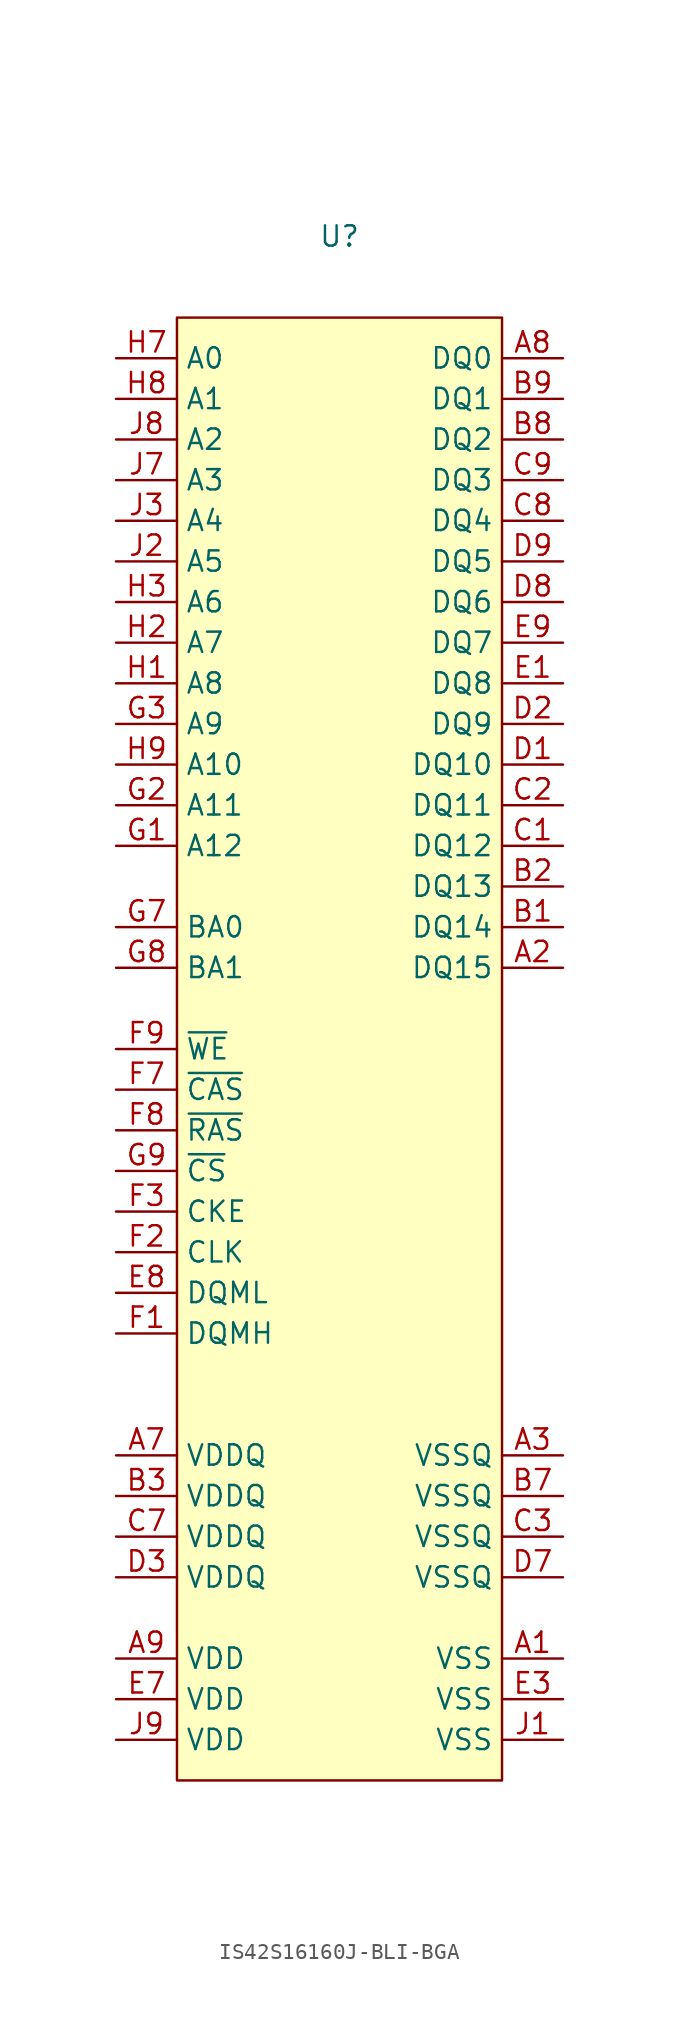
<source format=kicad_sym>
(kicad_symbol_lib
  (version 20231120)
  (generator "kicad_symbol_editor")
  (generator_version "8.0")
  (symbol "IS42S16160J-BLI-BGA"
    (property "Reference" "U"
      (at 0 50.8 0)
      (effects (font (size 1.27 1.27))))
    (property "Value" ""
      (at -10.16 45.72 0)
      (effects (font (size 1.27 1.27))))
    (symbol "IS42S16160J-BLI-BGA_1_1"
      (rectangle (start -10.16 45.72) (end 10.16 -45.72) (stroke (width 0) (type default)) (fill (type background)))
      (pin power_in line (at 13.97 -38.1 180) (length 3.81) (name "VSS" (effects (font (size 1.27 1.27)))) (number "A1" (effects (font (size 1.27 1.27)))))
      (pin bidirectional line (at 13.97 5.08 180) (length 3.81) (name "DQ15" (effects (font (size 1.27 1.27)))) (number "A2" (effects (font (size 1.27 1.27)))))
      (pin power_in line (at 13.97 -25.4 180) (length 3.81) (name "VSSQ" (effects (font (size 1.27 1.27)))) (number "A3" (effects (font (size 1.27 1.27)))))
      (pin power_in line (at -13.97 -25.4 0) (length 3.81) (name "VDDQ" (effects (font (size 1.27 1.27)))) (number "A7" (effects (font (size 1.27 1.27)))))
      (pin bidirectional line (at 13.97 43.18 180) (length 3.81) (name "DQ0" (effects (font (size 1.27 1.27)))) (number "A8" (effects (font (size 1.27 1.27)))))
      (pin power_in line (at -13.97 -38.1 0) (length 3.81) (name "VDD" (effects (font (size 1.27 1.27)))) (number "A9" (effects (font (size 1.27 1.27)))))
      (pin bidirectional line (at 13.97 7.62 180) (length 3.81) (name "DQ14" (effects (font (size 1.27 1.27)))) (number "B1" (effects (font (size 1.27 1.27)))))
      (pin bidirectional line (at 13.97 10.16 180) (length 3.81) (name "DQ13" (effects (font (size 1.27 1.27)))) (number "B2" (effects (font (size 1.27 1.27)))))
      (pin power_in line (at -13.97 -27.94 0) (length 3.81) (name "VDDQ" (effects (font (size 1.27 1.27)))) (number "B3" (effects (font (size 1.27 1.27)))))
      (pin power_in line (at 13.97 -27.94 180) (length 3.81) (name "VSSQ" (effects (font (size 1.27 1.27)))) (number "B7" (effects (font (size 1.27 1.27)))))
      (pin bidirectional line (at 13.97 38.1 180) (length 3.81) (name "DQ2" (effects (font (size 1.27 1.27)))) (number "B8" (effects (font (size 1.27 1.27)))))
      (pin bidirectional line (at 13.97 40.64 180) (length 3.81) (name "DQ1" (effects (font (size 1.27 1.27)))) (number "B9" (effects (font (size 1.27 1.27)))))
      (pin bidirectional line (at 13.97 12.7 180) (length 3.81) (name "DQ12" (effects (font (size 1.27 1.27)))) (number "C1" (effects (font (size 1.27 1.27)))))
      (pin bidirectional line (at 13.97 15.24 180) (length 3.81) (name "DQ11" (effects (font (size 1.27 1.27)))) (number "C2" (effects (font (size 1.27 1.27)))))
      (pin power_in line (at 13.97 -30.48 180) (length 3.81) (name "VSSQ" (effects (font (size 1.27 1.27)))) (number "C3" (effects (font (size 1.27 1.27)))))
      (pin power_in line (at -13.97 -30.48 0) (length 3.81) (name "VDDQ" (effects (font (size 1.27 1.27)))) (number "C7" (effects (font (size 1.27 1.27)))))
      (pin bidirectional line (at 13.97 33.02 180) (length 3.81) (name "DQ4" (effects (font (size 1.27 1.27)))) (number "C8" (effects (font (size 1.27 1.27)))))
      (pin bidirectional line (at 13.97 35.56 180) (length 3.81) (name "DQ3" (effects (font (size 1.27 1.27)))) (number "C9" (effects (font (size 1.27 1.27)))))
      (pin bidirectional line (at 13.97 17.78 180) (length 3.81) (name "DQ10" (effects (font (size 1.27 1.27)))) (number "D1" (effects (font (size 1.27 1.27)))))
      (pin bidirectional line (at 13.97 20.32 180) (length 3.81) (name "DQ9" (effects (font (size 1.27 1.27)))) (number "D2" (effects (font (size 1.27 1.27)))))
      (pin power_in line (at -13.97 -33.02 0) (length 3.81) (name "VDDQ" (effects (font (size 1.27 1.27)))) (number "D3" (effects (font (size 1.27 1.27)))))
      (pin power_in line (at 13.97 -33.02 180) (length 3.81) (name "VSSQ" (effects (font (size 1.27 1.27)))) (number "D7" (effects (font (size 1.27 1.27)))))
      (pin bidirectional line (at 13.97 27.94 180) (length 3.81) (name "DQ6" (effects (font (size 1.27 1.27)))) (number "D8" (effects (font (size 1.27 1.27)))))
      (pin bidirectional line (at 13.97 30.48 180) (length 3.81) (name "DQ5" (effects (font (size 1.27 1.27)))) (number "D9" (effects (font (size 1.27 1.27)))))
      (pin bidirectional line (at 13.97 22.86 180) (length 3.81) (name "DQ8" (effects (font (size 1.27 1.27)))) (number "E1" (effects (font (size 1.27 1.27)))))
      (pin no_connect line (at 13.97 0 180) (length 3.81) hide (name "NC" (effects (font (size 1.27 1.27)))) (number "E2" (effects (font (size 1.27 1.27)))))
      (pin power_in line (at 13.97 -40.64 180) (length 3.81) (name "VSS" (effects (font (size 1.27 1.27)))) (number "E3" (effects (font (size 1.27 1.27)))))
      (pin power_in line (at -13.97 -40.64 0) (length 3.81) (name "VDD" (effects (font (size 1.27 1.27)))) (number "E7" (effects (font (size 1.27 1.27)))))
      (pin input line (at -13.97 -15.24 0) (length 3.81) (name "DQML" (effects (font (size 1.27 1.27)))) (number "E8" (effects (font (size 1.27 1.27)))))
      (pin bidirectional line (at 13.97 25.4 180) (length 3.81) (name "DQ7" (effects (font (size 1.27 1.27)))) (number "E9" (effects (font (size 1.27 1.27)))))
      (pin input line (at -13.97 -17.78 0) (length 3.81) (name "DQMH" (effects (font (size 1.27 1.27)))) (number "F1" (effects (font (size 1.27 1.27)))))
      (pin input line (at -13.97 -12.7 0) (length 3.81) (name "CLK" (effects (font (size 1.27 1.27)))) (number "F2" (effects (font (size 1.27 1.27)))))
      (pin input line (at -13.97 -10.16 0) (length 3.81) (name "CKE" (effects (font (size 1.27 1.27)))) (number "F3" (effects (font (size 1.27 1.27)))))
      (pin input line (at -13.97 -2.54 0) (length 3.81) (name "~{CAS}" (effects (font (size 1.27 1.27)))) (number "F7" (effects (font (size 1.27 1.27)))))
      (pin input line (at -13.97 -5.08 0) (length 3.81) (name "~{RAS}" (effects (font (size 1.27 1.27)))) (number "F8" (effects (font (size 1.27 1.27)))))
      (pin input line (at -13.97 0 0) (length 3.81) (name "~{WE}" (effects (font (size 1.27 1.27)))) (number "F9" (effects (font (size 1.27 1.27)))))
      (pin input line (at -13.97 12.7 0) (length 3.81) (name "A12" (effects (font (size 1.27 1.27)))) (number "G1" (effects (font (size 1.27 1.27)))))
      (pin input line (at -13.97 15.24 0) (length 3.81) (name "A11" (effects (font (size 1.27 1.27)))) (number "G2" (effects (font (size 1.27 1.27)))))
      (pin input line (at -13.97 20.32 0) (length 3.81) (name "A9" (effects (font (size 1.27 1.27)))) (number "G3" (effects (font (size 1.27 1.27)))))
      (pin input line (at -13.97 7.62 0) (length 3.81) (name "BA0" (effects (font (size 1.27 1.27)))) (number "G7" (effects (font (size 1.27 1.27)))))
      (pin input line (at -13.97 5.08 0) (length 3.81) (name "BA1" (effects (font (size 1.27 1.27)))) (number "G8" (effects (font (size 1.27 1.27)))))
      (pin input line (at -13.97 -7.62 0) (length 3.81) (name "~{CS}" (effects (font (size 1.27 1.27)))) (number "G9" (effects (font (size 1.27 1.27)))))
      (pin input line (at -13.97 22.86 0) (length 3.81) (name "A8" (effects (font (size 1.27 1.27)))) (number "H1" (effects (font (size 1.27 1.27)))))
      (pin input line (at -13.97 25.4 0) (length 3.81) (name "A7" (effects (font (size 1.27 1.27)))) (number "H2" (effects (font (size 1.27 1.27)))))
      (pin input line (at -13.97 27.94 0) (length 3.81) (name "A6" (effects (font (size 1.27 1.27)))) (number "H3" (effects (font (size 1.27 1.27)))))
      (pin input line (at -13.97 43.18 0) (length 3.81) (name "A0" (effects (font (size 1.27 1.27)))) (number "H7" (effects (font (size 1.27 1.27)))))
      (pin input line (at -13.97 40.64 0) (length 3.81) (name "A1" (effects (font (size 1.27 1.27)))) (number "H8" (effects (font (size 1.27 1.27)))))
      (pin input line (at -13.97 17.78 0) (length 3.81) (name "A10" (effects (font (size 1.27 1.27)))) (number "H9" (effects (font (size 1.27 1.27)))))
      (pin power_in line (at 13.97 -43.18 180) (length 3.81) (name "VSS" (effects (font (size 1.27 1.27)))) (number "J1" (effects (font (size 1.27 1.27)))))
      (pin input line (at -13.97 30.48 0) (length 3.81) (name "A5" (effects (font (size 1.27 1.27)))) (number "J2" (effects (font (size 1.27 1.27)))))
      (pin input line (at -13.97 33.02 0) (length 3.81) (name "A4" (effects (font (size 1.27 1.27)))) (number "J3" (effects (font (size 1.27 1.27)))))
      (pin input line (at -13.97 35.56 0) (length 3.81) (name "A3" (effects (font (size 1.27 1.27)))) (number "J7" (effects (font (size 1.27 1.27)))))
      (pin input line (at -13.97 38.1 0) (length 3.81) (name "A2" (effects (font (size 1.27 1.27)))) (number "J8" (effects (font (size 1.27 1.27)))))
      (pin power_in line (at -13.97 -43.18 0) (length 3.81) (name "VDD" (effects (font (size 1.27 1.27)))) (number "J9" (effects (font (size 1.27 1.27))))))))
</source>
